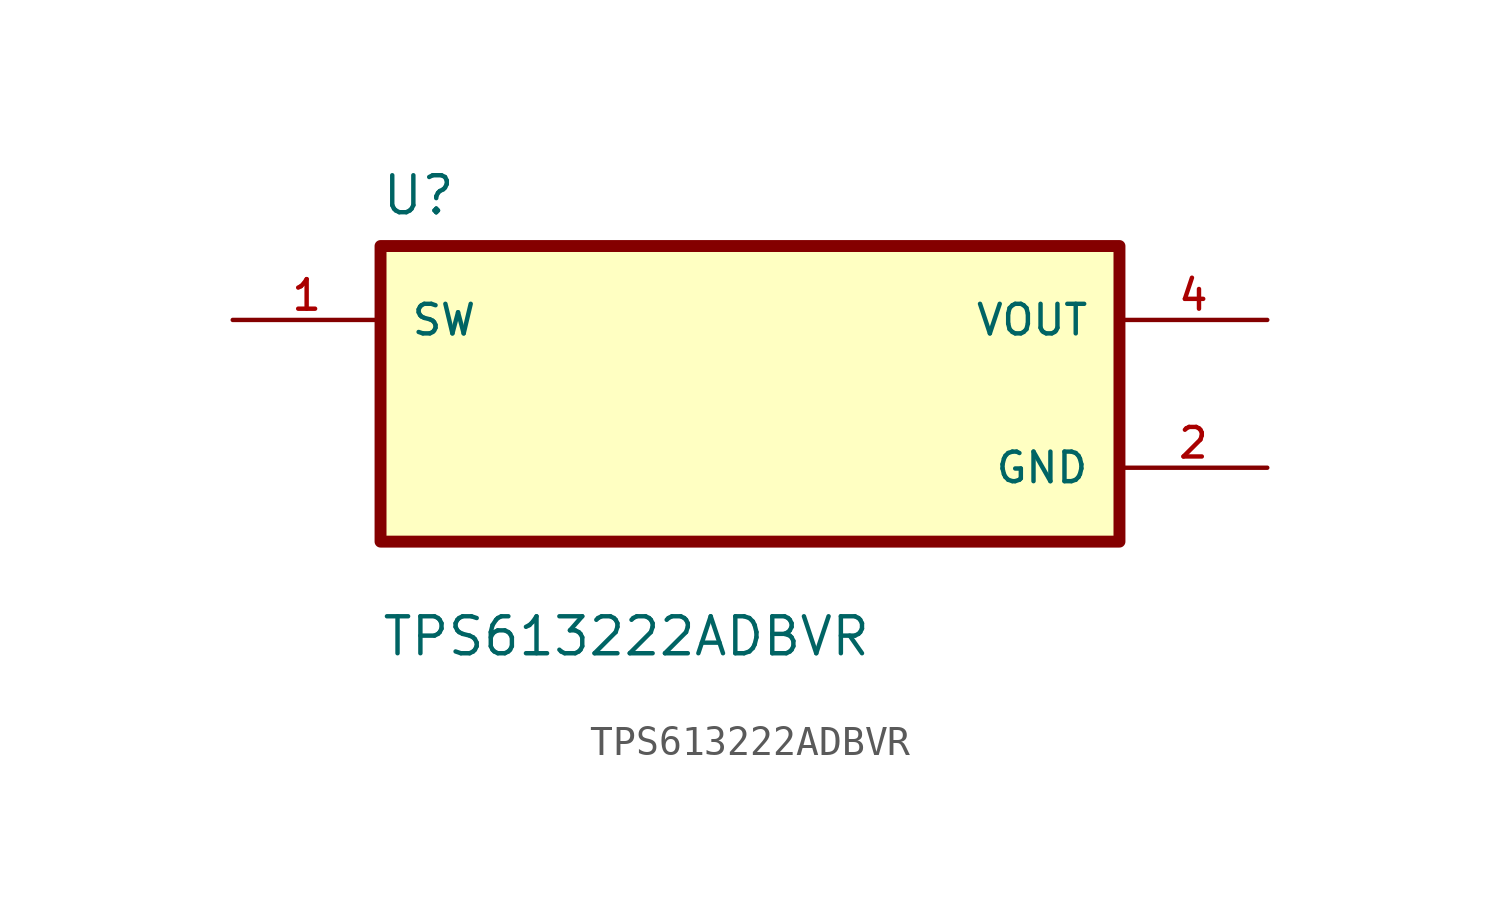
<source format=kicad_sym>
(kicad_symbol_lib
  (version 20220914)
  (generator kicad_symbol_editor)
  (symbol "TPS613222ADBVR"
    (pin_names
      (offset 1.016))
    (property "Reference" "U"
      (at -12.7 6.08 0)
      (effects (font (size 1.27 1.27)) (justify left bottom)))
    (property "Value" "TPS613222ADBVR"
      (at -12.7 -9.08 0)
      (effects (font (size 1.27 1.27)) (justify left bottom)))
    (symbol "TPS613222ADBVR_0_0"
      (rectangle (start -12.7 5.08) (end 12.7 -5.08) (stroke (width 0.41) (type default)) (fill (type background)))
      (pin input line (at -17.78 2.54 0) (length 5.08) (name "SW" (effects (font (size 1.016 1.016)))) (number "1" (effects (font (size 1.016 1.016)))))
      (pin power_in line (at 17.78 -2.54 180) (length 5.08) (name "GND" (effects (font (size 1.016 1.016)))) (number "2" (effects (font (size 1.016 1.016))))))
    (symbol "TPS613222ADBVR_1_0"
      (pin power_out line (at 17.78 2.54 180) (length 5.08) (name "VOUT" (effects (font (size 1.016 1.016)))) (number "4" (effects (font (size 1.016 1.016))))))
    (symbol "TPS613222ADBVR_1_1"
      (pin no_connect line (at -1.27 -3.81 0) (length 0) hide (name "NC" (effects (font (size 1.27 1.27)))) (number "3" (effects (font (size 1.27 1.27)))))
      (pin no_connect line (at 0 -3.81 0) (length 0) hide (name "NC" (effects (font (size 1.27 1.27)))) (number "5" (effects (font (size 1.27 1.27))))))))
</source>
